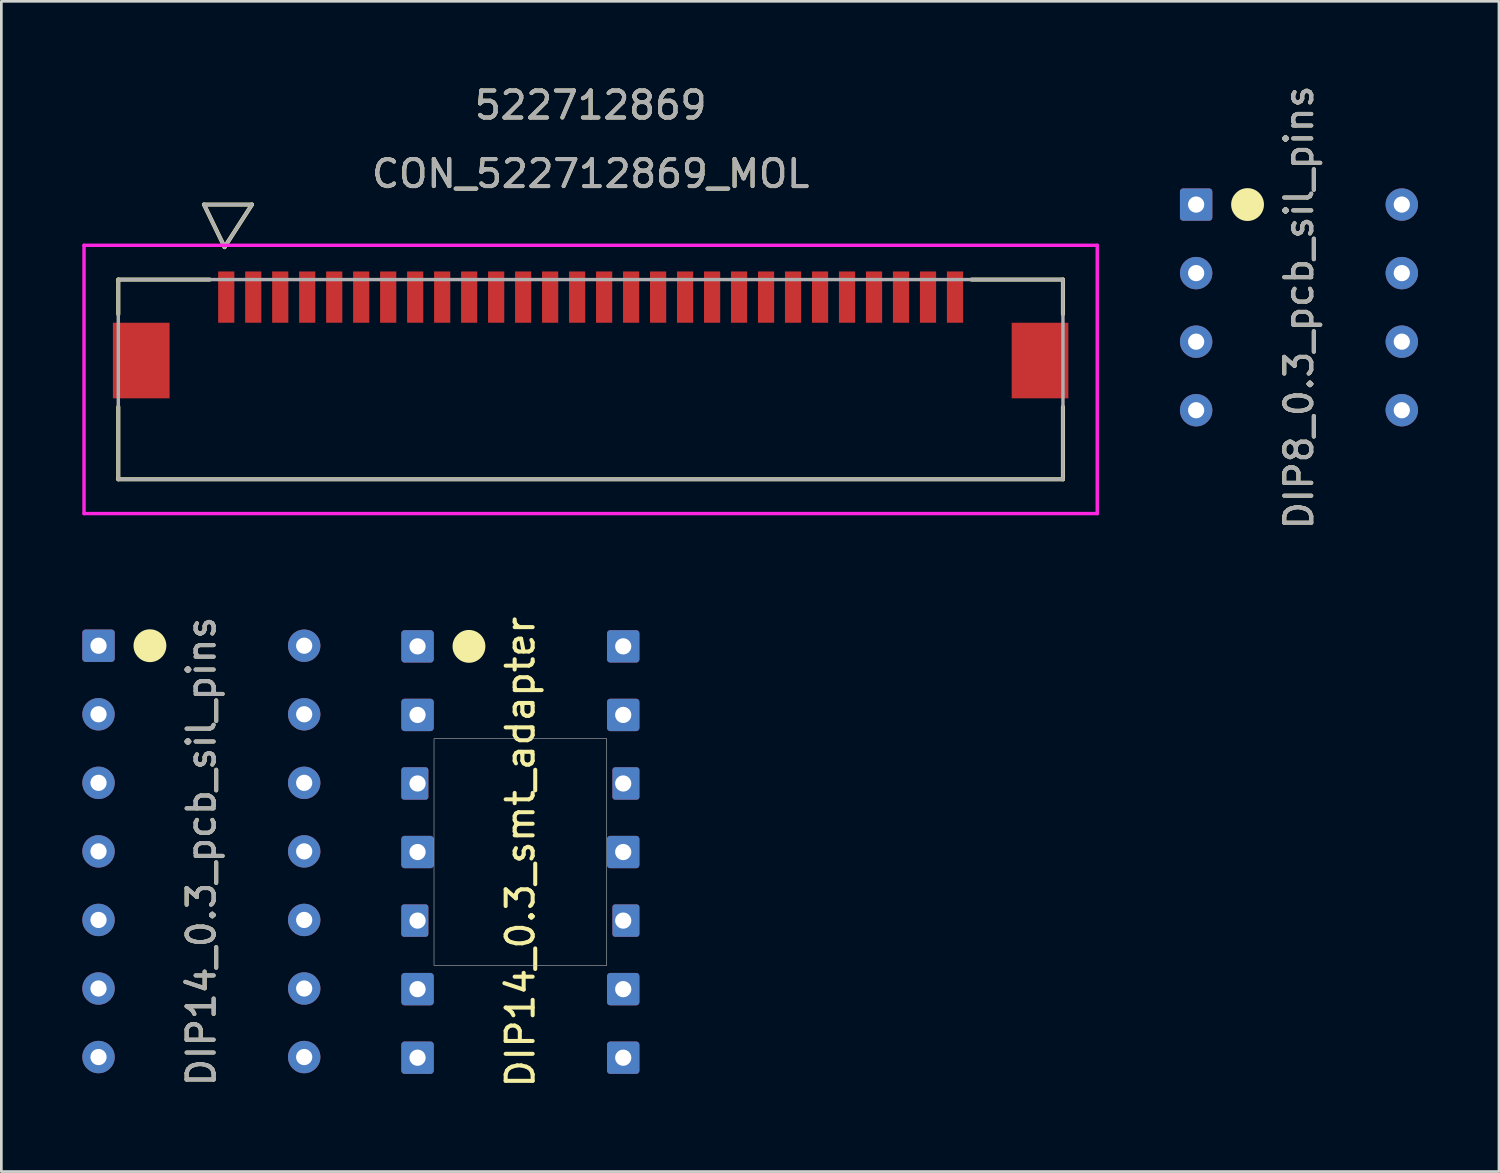
<source format=kicad_pcb>
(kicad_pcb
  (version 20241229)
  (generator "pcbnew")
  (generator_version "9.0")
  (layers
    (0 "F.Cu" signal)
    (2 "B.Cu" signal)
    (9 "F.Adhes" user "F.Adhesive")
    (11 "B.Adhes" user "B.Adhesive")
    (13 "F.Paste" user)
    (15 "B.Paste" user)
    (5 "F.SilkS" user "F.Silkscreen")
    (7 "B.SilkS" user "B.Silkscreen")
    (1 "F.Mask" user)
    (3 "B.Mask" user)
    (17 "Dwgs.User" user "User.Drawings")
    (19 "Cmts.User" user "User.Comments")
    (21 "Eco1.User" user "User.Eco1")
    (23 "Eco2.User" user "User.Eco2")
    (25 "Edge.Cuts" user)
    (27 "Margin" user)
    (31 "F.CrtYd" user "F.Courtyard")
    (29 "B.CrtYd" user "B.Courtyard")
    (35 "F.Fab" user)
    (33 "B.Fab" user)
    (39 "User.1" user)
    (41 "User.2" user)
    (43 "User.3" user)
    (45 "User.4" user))
  (footprint "CON_522712869_MOL"
    (layer "F.Cu")
    (at 18.833 11.008)
    (property "Reference" "CON_522712869_MOL" (at 0 -7.62 0) (unlocked yes) (layer "F.SilkS") (effects (font (size 1 1) (thickness 0.15))))
    (attr smd)
    (fp_line (start -17.5 -3.7) (end -17.5 -2.417) (stroke (width 0.152) (type solid)) (layer "F.SilkS"))
    (fp_line (start -17.5 1.018) (end -17.5 3.7) (stroke (width 0.152) (type solid)) (layer "F.SilkS"))
    (fp_line (start -17.5 3.7) (end 17.5 3.7) (stroke (width 0.152) (type solid)) (layer "F.SilkS"))
    (fp_line (start -14.325 -6.479) (end -13.563 -4.904) (stroke (width 0.152) (type solid)) (layer "F.SilkS"))
    (fp_line (start -14.325 -6.479) (end -12.547 -6.479) (stroke (width 0.152) (type solid)) (layer "F.SilkS"))
    (fp_line (start -14.117 -3.7) (end -17.5 -3.7) (stroke (width 0.152) (type solid)) (layer "F.SilkS"))
    (fp_line (start -12.547 -6.479) (end -13.563 -4.904) (stroke (width 0.152) (type solid)) (layer "F.SilkS"))
    (fp_line (start 17.5 -3.7) (end 14.118 -3.7) (stroke (width 0.152) (type solid)) (layer "F.SilkS"))
    (fp_line (start 17.5 -2.417) (end 17.5 -3.7) (stroke (width 0.152) (type solid)) (layer "F.SilkS"))
    (fp_line (start 17.5 3.7) (end 17.5 1.018) (stroke (width 0.152) (type solid)) (layer "F.SilkS"))
    (fp_line (start -18.77 -4.97) (end -18.77 4.97) (stroke (width 0.127) (type solid)) (layer "F.CrtYd"))
    (fp_line (start -18.77 4.97) (end 18.77 4.97) (stroke (width 0.127) (type solid)) (layer "F.CrtYd"))
    (fp_line (start 18.77 -4.97) (end -18.77 -4.97) (stroke (width 0.127) (type solid)) (layer "F.CrtYd"))
    (fp_line (start 18.77 4.97) (end 18.77 -4.97) (stroke (width 0.127) (type solid)) (layer "F.CrtYd"))
    (fp_line (start -17.5 -3.7) (end -17.5 3.7) (stroke (width 0.127) (type solid)) (layer "F.Fab"))
    (fp_line (start -17.5 3.7) (end 17.5 3.7) (stroke (width 0.127) (type solid)) (layer "F.Fab"))
    (fp_line (start -14.325 -6.479) (end -13.563 -4.904) (stroke (width 0.127) (type solid)) (layer "F.Fab"))
    (fp_line (start -14.325 -6.479) (end -12.547 -6.479) (stroke (width 0.127) (type solid)) (layer "F.Fab"))
    (fp_line (start -12.547 -6.479) (end -13.563 -4.904) (stroke (width 0.127) (type solid)) (layer "F.Fab"))
    (fp_line (start 17.5 -3.7) (end -17.5 -3.7) (stroke (width 0.127) (type solid)) (layer "F.Fab"))
    (fp_line (start 17.5 3.7) (end 17.5 -3.7) (stroke (width 0.127) (type solid)) (layer "F.Fab"))
    (fp_text user "522712869" (at 0 -10.16 0) (unlocked yes) (layer "F.SilkS") (effects (font (size 1 1) (thickness 0.15))))
    (fp_text user "${REFERENCE}" (at 0 -7.62 0) (unlocked yes) (layer "F.Fab") (effects (font (size 1 1) (thickness 0.15))))
    (fp_text user "522712869" (at 0 -10.16 0) (unlocked yes) (layer "F.Fab") (effects (font (size 1 1) (thickness 0.15))))
    (pad "1" smd rect (at -13.5 -3.05) (size 0.6 1.9) (layers "F.Cu" "F.Mask" "F.Paste"))
    (pad "2" smd rect (at -12.5 -3.05) (size 0.6 1.9) (layers "F.Cu" "F.Mask" "F.Paste"))
    (pad "3" smd rect (at -11.5 -3.05) (size 0.6 1.9) (layers "F.Cu" "F.Mask" "F.Paste"))
    (pad "4" smd rect (at -10.5 -3.05) (size 0.6 1.9) (layers "F.Cu" "F.Mask" "F.Paste"))
    (pad "5" smd rect (at -9.5 -3.05) (size 0.6 1.9) (layers "F.Cu" "F.Mask" "F.Paste"))
    (pad "6" smd rect (at -8.5 -3.05) (size 0.6 1.9) (layers "F.Cu" "F.Mask" "F.Paste"))
    (pad "7" smd rect (at -7.5 -3.05) (size 0.6 1.9) (layers "F.Cu" "F.Mask" "F.Paste"))
    (pad "8" smd rect (at -6.5 -3.05) (size 0.6 1.9) (layers "F.Cu" "F.Mask" "F.Paste"))
    (pad "9" smd rect (at -5.5 -3.05) (size 0.6 1.9) (layers "F.Cu" "F.Mask" "F.Paste"))
    (pad "10" smd rect (at -4.5 -3.05) (size 0.6 1.9) (layers "F.Cu" "F.Mask" "F.Paste"))
    (pad "11" smd rect (at -3.5 -3.05) (size 0.6 1.9) (layers "F.Cu" "F.Mask" "F.Paste"))
    (pad "12" smd rect (at -2.5 -3.05) (size 0.6 1.9) (layers "F.Cu" "F.Mask" "F.Paste"))
    (pad "13" smd rect (at -1.5 -3.05) (size 0.6 1.9) (layers "F.Cu" "F.Mask" "F.Paste"))
    (pad "14" smd rect (at -0.5 -3.05) (size 0.6 1.9) (layers "F.Cu" "F.Mask" "F.Paste"))
    (pad "15" smd rect (at 0.5 -3.05) (size 0.6 1.9) (layers "F.Cu" "F.Mask" "F.Paste"))
    (pad "16" smd rect (at 1.5 -3.05) (size 0.6 1.9) (layers "F.Cu" "F.Mask" "F.Paste"))
    (pad "17" smd rect (at 2.5 -3.05) (size 0.6 1.9) (layers "F.Cu" "F.Mask" "F.Paste"))
    (pad "18" smd rect (at 3.5 -3.05) (size 0.6 1.9) (layers "F.Cu" "F.Mask" "F.Paste"))
    (pad "19" smd rect (at 4.5 -3.05) (size 0.6 1.9) (layers "F.Cu" "F.Mask" "F.Paste"))
    (pad "20" smd rect (at 5.5 -3.05) (size 0.6 1.9) (layers "F.Cu" "F.Mask" "F.Paste"))
    (pad "21" smd rect (at 6.5 -3.05) (size 0.6 1.9) (layers "F.Cu" "F.Mask" "F.Paste"))
    (pad "22" smd rect (at 7.5 -3.05) (size 0.6 1.9) (layers "F.Cu" "F.Mask" "F.Paste"))
    (pad "23" smd rect (at 8.5 -3.05) (size 0.6 1.9) (layers "F.Cu" "F.Mask" "F.Paste"))
    (pad "24" smd rect (at 9.5 -3.05) (size 0.6 1.9) (layers "F.Cu" "F.Mask" "F.Paste"))
    (pad "25" smd rect (at 10.5 -3.05) (size 0.6 1.9) (layers "F.Cu" "F.Mask" "F.Paste"))
    (pad "26" smd rect (at 11.5 -3.05) (size 0.6 1.9) (layers "F.Cu" "F.Mask" "F.Paste"))
    (pad "27" smd rect (at 12.5 -3.05) (size 0.6 1.9) (layers "F.Cu" "F.Mask" "F.Paste"))
    (pad "28" smd rect (at 13.5 -3.05) (size 0.6 1.9) (layers "F.Cu" "F.Mask" "F.Paste"))
    (pad "P1" smd rect (at -16.65 -0.7) (size 2.1 2.8) (layers "F.Cu" "F.Mask" "F.Paste"))
    (pad "P2" smd rect (at 16.65 -0.7) (size 2.1 2.8) (layers "F.Cu" "F.Mask" "F.Paste")))
  (footprint "DIP14_0.3_smt_adapter"
    (layer "F.Cu")
    (at 16.23 28.518)
    (property "Reference" "DIP14_0.3_smt_adapter" (at 0 0 270) (layer "F.SilkS") (effects (font (size 1 1) (thickness 0.15))))
    (attr through_hole)
    (fp_circle (center -1.905 -7.62) (end -1.397 -7.62) (stroke (width 0.2) (type solid)) (fill yes) (layer "F.SilkS"))
    (fp_rect (start -3.2 -4.2) (end 3.2 4.2) (stroke (width 0.02) (type solid)) (fill no) (layer "Dwgs.User"))
    (pad "1" thru_hole roundrect (at -3.81 -7.62) (size 1.2 1.2) (drill 0.6) (layers "*.Cu" "*.Mask") (roundrect_rratio 0.1))
    (pad "2" thru_hole roundrect (at -3.81 -5.08) (size 1.2 1.2) (drill 0.6) (layers "*.Cu" "*.Mask") (roundrect_rratio 0.1))
    (pad "3" thru_hole roundrect (at -3.81 -2.54) (size 1 1.2) (drill 0.6 (offset -0.1 0)) (layers "*.Cu" "*.Mask") (roundrect_rratio 0.1))
    (pad "4" thru_hole roundrect (at -3.81 0) (size 1.2 1.2) (drill 0.6) (layers "*.Cu" "*.Mask") (roundrect_rratio 0.1))
    (pad "5" thru_hole roundrect (at -3.81 2.54) (size 1 1.2) (drill 0.6 (offset -0.1 0)) (layers "*.Cu" "*.Mask") (roundrect_rratio 0.1))
    (pad "6" thru_hole roundrect (at -3.81 5.08) (size 1.2 1.2) (drill 0.6) (layers "*.Cu" "*.Mask") (roundrect_rratio 0.1))
    (pad "7" thru_hole roundrect (at -3.81 7.62) (size 1.2 1.2) (drill 0.6) (layers "*.Cu" "*.Mask") (roundrect_rratio 0.1))
    (pad "8" thru_hole roundrect (at 3.81 7.62) (size 1.2 1.2) (drill 0.6) (layers "*.Cu" "*.Mask") (roundrect_rratio 0.1))
    (pad "9" thru_hole roundrect (at 3.81 5.08) (size 1.2 1.2) (drill 0.6) (layers "*.Cu" "*.Mask") (roundrect_rratio 0.1))
    (pad "10" thru_hole roundrect (at 3.81 2.54) (size 1 1.2) (drill 0.6 (offset 0.1 0)) (layers "*.Cu" "*.Mask") (roundrect_rratio 0.1))
    (pad "11" thru_hole roundrect (at 3.81 0) (size 1.2 1.2) (drill 0.6) (layers "*.Cu" "*.Mask") (roundrect_rratio 0.1))
    (pad "12" thru_hole roundrect (at 3.81 -2.54) (size 1 1.2) (drill 0.6 (offset 0.1 0)) (layers "*.Cu" "*.Mask") (roundrect_rratio 0.1))
    (pad "13" thru_hole roundrect (at 3.81 -5.08) (size 1.2 1.2) (drill 0.6) (layers "*.Cu" "*.Mask") (roundrect_rratio 0.1))
    (pad "14" thru_hole roundrect (at 3.81 -7.62) (size 1.2 1.2) (drill 0.6) (layers "*.Cu" "*.Mask") (roundrect_rratio 0.1)))
  (footprint "DIP8_0.3_pcb_sil_pins"
    (layer "F.Cu")
    (at 45.077 8.339)
    (property "Reference" "DIP8_0.3_pcb_sil_pins" (at 0 0 270) (layer "F.SilkS") (effects (font (size 1 1) (thickness 0.15))))
    (attr through_hole)
    (fp_circle (center -1.905 -3.81) (end -1.397 -3.81) (stroke (width 0.2) (type solid)) (fill yes) (layer "F.SilkS"))
    (fp_text user "${REFERENCE}" (at 0 0 270) (layer "F.Fab") (effects (font (size 1 1) (thickness 0.15))))
    (pad "1" thru_hole roundrect (at -3.81 -3.81) (size 1.2 1.2) (drill 0.6) (layers "*.Cu" "*.Mask") (roundrect_rratio 0.1))
    (pad "2" thru_hole circle (at -3.81 -1.27) (size 1.2 1.2) (drill 0.6) (layers "*.Cu" "*.Mask"))
    (pad "3" thru_hole circle (at -3.81 1.27) (size 1.2 1.2) (drill 0.6) (layers "*.Cu" "*.Mask"))
    (pad "4" thru_hole circle (at -3.81 3.81) (size 1.2 1.2) (drill 0.6) (layers "*.Cu" "*.Mask"))
    (pad "5" thru_hole circle (at 3.81 3.81) (size 1.2 1.2) (drill 0.6) (layers "*.Cu" "*.Mask"))
    (pad "6" thru_hole circle (at 3.81 1.27) (size 1.2 1.2) (drill 0.6) (layers "*.Cu" "*.Mask"))
    (pad "7" thru_hole circle (at 3.81 -1.27) (size 1.2 1.2) (drill 0.6) (layers "*.Cu" "*.Mask"))
    (pad "8" thru_hole circle (at 3.81 -3.81) (size 1.2 1.2) (drill 0.6) (layers "*.Cu" "*.Mask")))
  (footprint "DIP14_0.3_pcb_sil_pins"
    (layer "F.Cu")
    (at 4.41 28.494)
    (property "Reference" "DIP14_0.3_pcb_sil_pins" (at 0 0 270) (layer "F.SilkS") (effects (font (size 1 1) (thickness 0.15))))
    (attr through_hole)
    (fp_circle (center -1.905 -7.62) (end -1.397 -7.62) (stroke (width 0.2) (type solid)) (fill yes) (layer "F.SilkS"))
    (fp_text user "${REFERENCE}" (at 0 0 270) (layer "F.Fab") (effects (font (size 1 1) (thickness 0.15))))
    (pad "1" thru_hole roundrect (at -3.81 -7.62) (size 1.2 1.2) (drill 0.6) (layers "*.Cu" "*.Mask") (roundrect_rratio 0.1))
    (pad "2" thru_hole circle (at -3.81 -5.08) (size 1.2 1.2) (drill 0.6) (layers "*.Cu" "*.Mask"))
    (pad "3" thru_hole circle (at -3.81 -2.54) (size 1.2 1.2) (drill 0.6) (layers "*.Cu" "*.Mask"))
    (pad "4" thru_hole circle (at -3.81 0) (size 1.2 1.2) (drill 0.6) (layers "*.Cu" "*.Mask"))
    (pad "5" thru_hole circle (at -3.81 2.54) (size 1.2 1.2) (drill 0.6) (layers "*.Cu" "*.Mask"))
    (pad "6" thru_hole circle (at -3.81 5.08) (size 1.2 1.2) (drill 0.6) (layers "*.Cu" "*.Mask"))
    (pad "7" thru_hole circle (at -3.81 7.62) (size 1.2 1.2) (drill 0.6) (layers "*.Cu" "*.Mask"))
    (pad "8" thru_hole circle (at 3.81 7.62) (size 1.2 1.2) (drill 0.6) (layers "*.Cu" "*.Mask"))
    (pad "9" thru_hole circle (at 3.81 5.08) (size 1.2 1.2) (drill 0.6) (layers "*.Cu" "*.Mask"))
    (pad "10" thru_hole circle (at 3.81 2.54) (size 1.2 1.2) (drill 0.6) (layers "*.Cu" "*.Mask"))
    (pad "11" thru_hole circle (at 3.81 0) (size 1.2 1.2) (drill 0.6) (layers "*.Cu" "*.Mask"))
    (pad "12" thru_hole circle (at 3.81 -2.54) (size 1.2 1.2) (drill 0.6) (layers "*.Cu" "*.Mask"))
    (pad "13" thru_hole circle (at 3.81 -5.08) (size 1.2 1.2) (drill 0.6) (layers "*.Cu" "*.Mask"))
    (pad "14" thru_hole circle (at 3.81 -7.62) (size 1.2 1.2) (drill 0.6) (layers "*.Cu" "*.Mask")))
  (gr_rect
    (start -3 -3)
    (end 52.487 40.357)
    (stroke (width 0.1) (type default))
    (fill no)
    (layer "Edge.Cuts")))
</source>
